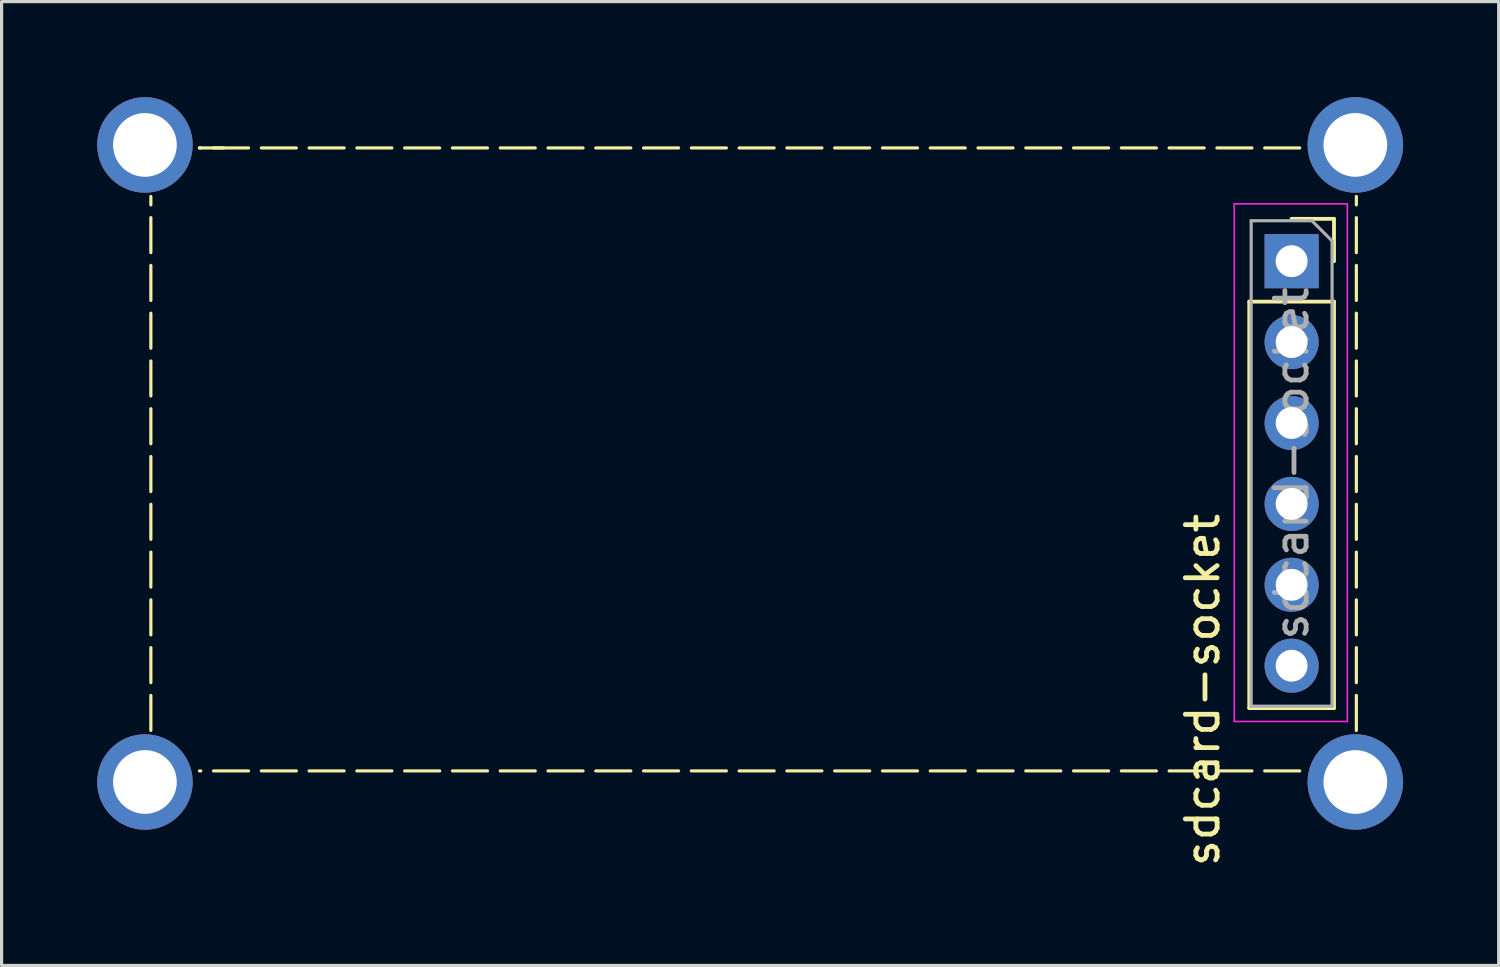
<source format=kicad_pcb>
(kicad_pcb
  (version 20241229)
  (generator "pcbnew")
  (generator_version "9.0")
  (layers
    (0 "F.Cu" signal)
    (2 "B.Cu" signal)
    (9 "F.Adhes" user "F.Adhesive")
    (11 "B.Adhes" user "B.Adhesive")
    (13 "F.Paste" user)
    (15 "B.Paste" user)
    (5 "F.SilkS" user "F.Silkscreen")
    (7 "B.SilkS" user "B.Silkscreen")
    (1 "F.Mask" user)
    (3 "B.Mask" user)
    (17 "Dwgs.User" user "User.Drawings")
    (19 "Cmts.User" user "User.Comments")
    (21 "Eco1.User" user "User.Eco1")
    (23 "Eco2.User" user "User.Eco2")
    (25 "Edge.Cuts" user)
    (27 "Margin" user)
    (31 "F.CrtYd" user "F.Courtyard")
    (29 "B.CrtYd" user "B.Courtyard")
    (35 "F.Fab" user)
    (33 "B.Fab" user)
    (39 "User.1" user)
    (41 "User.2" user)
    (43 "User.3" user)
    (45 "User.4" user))
  (footprint "sdcard-socket"
    (layer "F.Cu")
    (at 37.5 5.15)
    (property "Reference" "sdcard-socket" (at -2.794 13.462 90) (layer "F.SilkS") (effects (font (size 1 1) (thickness 0.15))))
    (attr through_hole)
    (fp_line (start -35.814 14.732) (end -35.814 -2.032) (stroke (width 0.1) (type dash)) (layer "F.SilkS"))
    (fp_line (start -34.29 -3.556) (end -33.528 -3.556) (stroke (width 0.1) (type dash)) (layer "F.SilkS"))
    (fp_line (start -1.33 1.27) (end -1.33 14.03) (stroke (width 0.12) (type solid)) (layer "F.SilkS"))
    (fp_line (start -1.33 1.27) (end 1.33 1.27) (stroke (width 0.12) (type solid)) (layer "F.SilkS"))
    (fp_line (start -1.33 14.03) (end 1.33 14.03) (stroke (width 0.12) (type solid)) (layer "F.SilkS"))
    (fp_line (start 0 -1.33) (end 1.33 -1.33) (stroke (width 0.12) (type solid)) (layer "F.SilkS"))
    (fp_line (start 0.254 -3.556) (end -34.29 -3.556) (stroke (width 0.1) (type dash)) (layer "F.SilkS"))
    (fp_line (start 0.254 16.002) (end -34.29 16.002) (stroke (width 0.1) (type dash)) (layer "F.SilkS"))
    (fp_line (start 1.33 -1.33) (end 1.33 0) (stroke (width 0.12) (type solid)) (layer "F.SilkS"))
    (fp_line (start 1.33 1.27) (end 1.33 14.03) (stroke (width 0.12) (type solid)) (layer "F.SilkS"))
    (fp_line (start 2.032 14.732) (end 2.032 -2.032) (stroke (width 0.1) (type dash)) (layer "F.SilkS"))
    (fp_line (start -1.8 -1.8) (end 1.75 -1.8) (stroke (width 0.05) (type solid)) (layer "F.CrtYd"))
    (fp_line (start -1.8 14.45) (end -1.8 -1.8) (stroke (width 0.05) (type solid)) (layer "F.CrtYd"))
    (fp_line (start 1.75 -1.8) (end 1.75 14.45) (stroke (width 0.05) (type solid)) (layer "F.CrtYd"))
    (fp_line (start 1.75 14.45) (end -1.8 14.45) (stroke (width 0.05) (type solid)) (layer "F.CrtYd"))
    (fp_line (start -1.27 -1.27) (end 0.635 -1.27) (stroke (width 0.1) (type solid)) (layer "F.Fab"))
    (fp_line (start -1.27 13.97) (end -1.27 -1.27) (stroke (width 0.1) (type solid)) (layer "F.Fab"))
    (fp_line (start 0.635 -1.27) (end 1.27 -0.635) (stroke (width 0.1) (type solid)) (layer "F.Fab"))
    (fp_line (start 1.27 -0.635) (end 1.27 13.97) (stroke (width 0.1) (type solid)) (layer "F.Fab"))
    (fp_line (start 1.27 13.97) (end -1.27 13.97) (stroke (width 0.1) (type solid)) (layer "F.Fab"))
    (fp_text user "${REFERENCE}" (at 0 6.35 90) (layer "F.Fab") (effects (font (size 1 1) (thickness 0.15))))
    (pad "" np_thru_hole circle (at -36 -3.65) (size 3 3) (drill 2) (layers "*.Cu" "*.Mask"))
    (pad "" np_thru_hole circle (at -36 16.35) (size 3 3) (drill 2) (layers "*.Cu" "*.Mask"))
    (pad "" np_thru_hole circle (at 2 -3.65) (size 3 3) (drill 2) (layers "*.Cu" "*.Mask"))
    (pad "" np_thru_hole circle (at 2 16.35) (size 3 3) (drill 2) (layers "*.Cu" "*.Mask"))
    (pad "1" thru_hole rect (at 0 0) (size 1.7 1.7) (drill 1) (layers "*.Cu" "*.Mask"))
    (pad "2" thru_hole oval (at 0 2.54) (size 1.7 1.7) (drill 1) (layers "*.Cu" "*.Mask"))
    (pad "3" thru_hole oval (at 0 5.08) (size 1.7 1.7) (drill 1) (layers "*.Cu" "*.Mask"))
    (pad "4" thru_hole oval (at 0 7.62) (size 1.7 1.7) (drill 1) (layers "*.Cu" "*.Mask"))
    (pad "5" thru_hole oval (at 0 10.16) (size 1.7 1.7) (drill 1) (layers "*.Cu" "*.Mask"))
    (pad "6" thru_hole oval (at 0 12.7) (size 1.7 1.7) (drill 1) (layers "*.Cu" "*.Mask")))
  (gr_rect
    (start -3 -3)
    (end 44 27.261)
    (stroke (width 0.1) (type default))
    (fill no)
    (layer "Edge.Cuts")))
</source>
